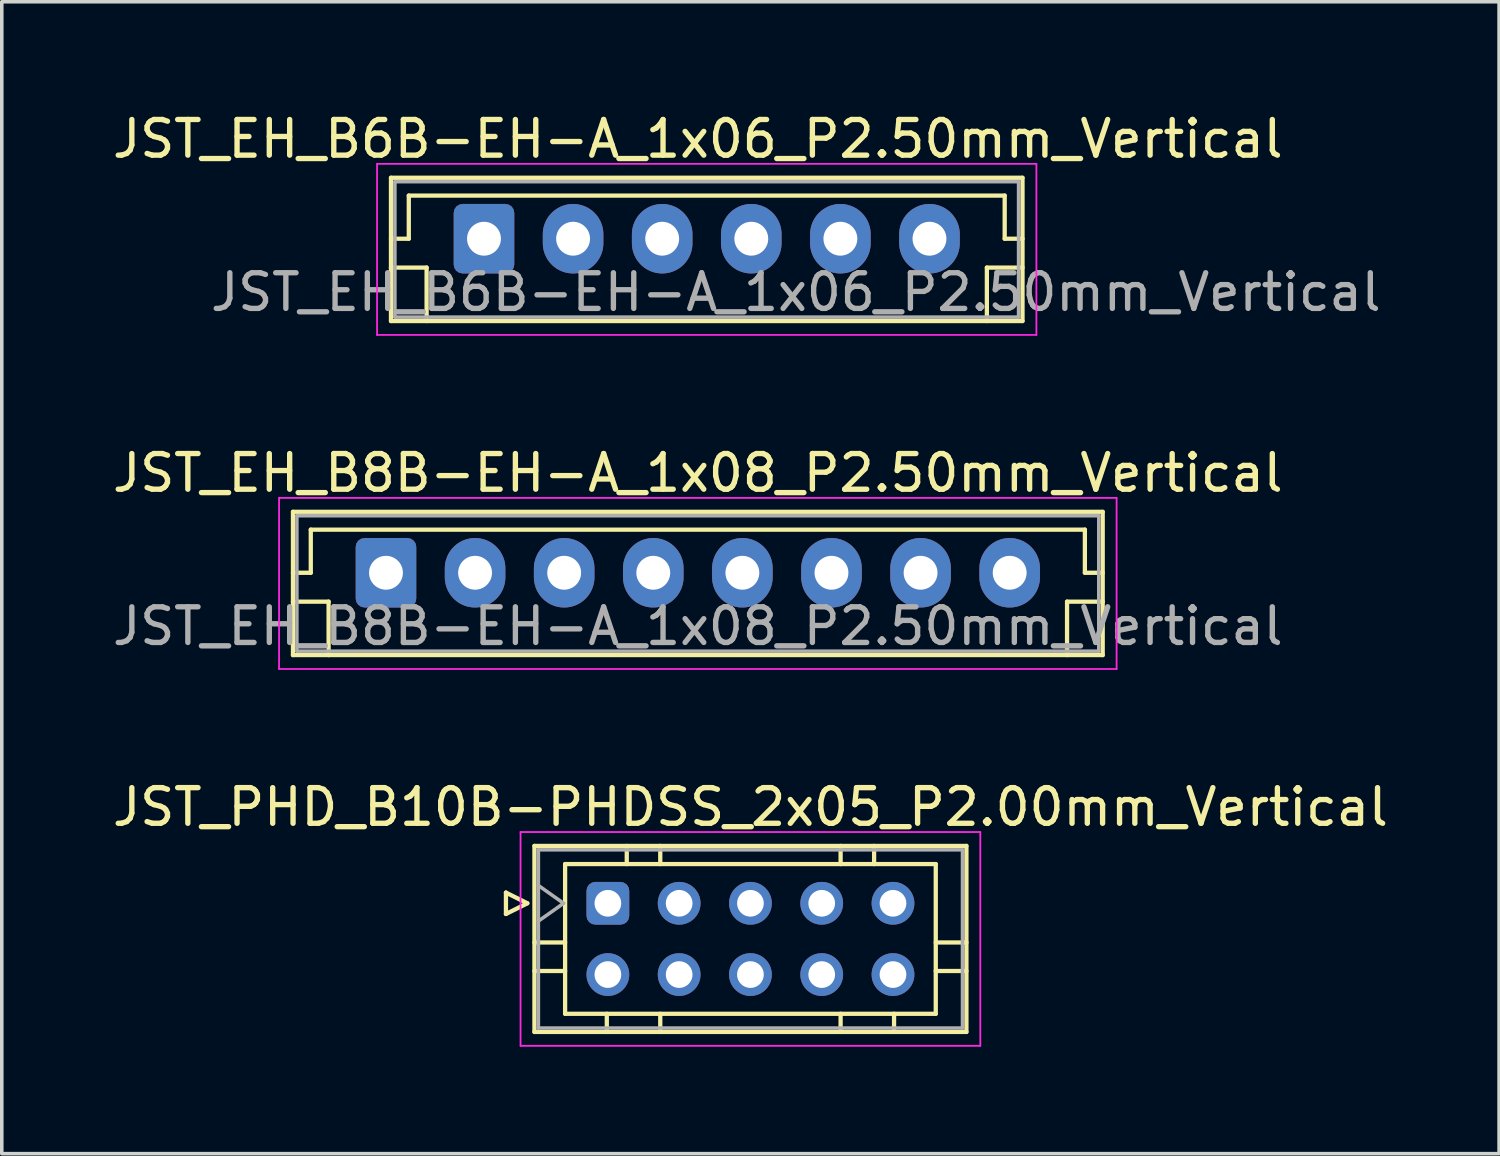
<source format=kicad_pcb>
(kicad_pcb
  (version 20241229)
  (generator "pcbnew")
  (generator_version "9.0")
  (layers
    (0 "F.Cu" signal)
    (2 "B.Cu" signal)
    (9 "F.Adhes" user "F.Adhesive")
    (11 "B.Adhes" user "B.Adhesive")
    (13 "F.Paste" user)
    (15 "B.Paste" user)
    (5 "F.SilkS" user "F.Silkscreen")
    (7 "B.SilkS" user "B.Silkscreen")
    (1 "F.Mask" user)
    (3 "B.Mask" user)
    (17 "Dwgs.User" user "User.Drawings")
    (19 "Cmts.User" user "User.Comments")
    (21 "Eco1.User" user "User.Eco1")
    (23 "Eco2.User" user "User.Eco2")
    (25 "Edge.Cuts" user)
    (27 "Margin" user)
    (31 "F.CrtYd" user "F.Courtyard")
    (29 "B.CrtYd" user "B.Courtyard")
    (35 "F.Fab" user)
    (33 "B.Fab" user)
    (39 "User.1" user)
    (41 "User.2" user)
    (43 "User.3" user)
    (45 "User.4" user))
  (footprint "JST_EH_B8B-EH-A_1x08_P2.50mm_Vertical"
    (layer "F.Cu")
    (at 7.78 13.021)
    (property "Reference" "JST_EH_B8B-EH-A_1x08_P2.50mm_Vertical" (at 8.75 -2.8 0) (layer "F.SilkS") (effects (font (size 1 1) (thickness 0.15))))
    (attr through_hole)
    (fp_line (start -2.61 -1.71) (end -2.61 2.31) (stroke (width 0.12) (type solid)) (layer "F.SilkS"))
    (fp_line (start -2.61 0) (end -2.11 0) (stroke (width 0.12) (type solid)) (layer "F.SilkS"))
    (fp_line (start -2.61 0.81) (end -1.61 0.81) (stroke (width 0.12) (type solid)) (layer "F.SilkS"))
    (fp_line (start -2.61 2.31) (end 20.11 2.31) (stroke (width 0.12) (type solid)) (layer "F.SilkS"))
    (fp_line (start -2.11 -1.21) (end 19.61 -1.21) (stroke (width 0.12) (type solid)) (layer "F.SilkS"))
    (fp_line (start -2.11 0) (end -2.11 -1.21) (stroke (width 0.12) (type solid)) (layer "F.SilkS"))
    (fp_line (start -1.61 0.81) (end -1.61 2.31) (stroke (width 0.12) (type solid)) (layer "F.SilkS"))
    (fp_line (start 19.11 0.81) (end 19.11 2.31) (stroke (width 0.12) (type solid)) (layer "F.SilkS"))
    (fp_line (start 19.61 -1.21) (end 19.61 0) (stroke (width 0.12) (type solid)) (layer "F.SilkS"))
    (fp_line (start 19.61 0) (end 20.11 0) (stroke (width 0.12) (type solid)) (layer "F.SilkS"))
    (fp_line (start 20.11 -1.71) (end -2.61 -1.71) (stroke (width 0.12) (type solid)) (layer "F.SilkS"))
    (fp_line (start 20.11 0.81) (end 19.11 0.81) (stroke (width 0.12) (type solid)) (layer "F.SilkS"))
    (fp_line (start 20.11 2.31) (end 20.11 -1.71) (stroke (width 0.12) (type solid)) (layer "F.SilkS"))
    (fp_line (start -3 -2.1) (end -3 2.7) (stroke (width 0.05) (type solid)) (layer "F.CrtYd"))
    (fp_line (start -3 2.7) (end 20.5 2.7) (stroke (width 0.05) (type solid)) (layer "F.CrtYd"))
    (fp_line (start 20.5 -2.1) (end -3 -2.1) (stroke (width 0.05) (type solid)) (layer "F.CrtYd"))
    (fp_line (start 20.5 2.7) (end 20.5 -2.1) (stroke (width 0.05) (type solid)) (layer "F.CrtYd"))
    (fp_line (start -2.5 -1.6) (end -2.5 2.2) (stroke (width 0.1) (type solid)) (layer "F.Fab"))
    (fp_line (start -2.5 2.2) (end 20 2.2) (stroke (width 0.1) (type solid)) (layer "F.Fab"))
    (fp_line (start 20 -1.6) (end -2.5 -1.6) (stroke (width 0.1) (type solid)) (layer "F.Fab"))
    (fp_line (start 20 2.2) (end 20 -1.6) (stroke (width 0.1) (type solid)) (layer "F.Fab"))
    (fp_text user "${REFERENCE}" (at 8.75 1.5 0) (layer "F.Fab") (effects (font (size 1 1) (thickness 0.15))))
    (pad "1" thru_hole roundrect (at 0 0) (size 1.7 1.95) (drill 0.95) (layers "*.Cu" "*.Mask") (roundrect_rratio 0.147))
    (pad "2" thru_hole oval (at 2.5 0) (size 1.7 1.95) (drill 0.95) (layers "*.Cu" "*.Mask"))
    (pad "3" thru_hole oval (at 5 0) (size 1.7 1.95) (drill 0.95) (layers "*.Cu" "*.Mask"))
    (pad "4" thru_hole oval (at 7.5 0) (size 1.7 1.95) (drill 0.95) (layers "*.Cu" "*.Mask"))
    (pad "5" thru_hole oval (at 10 0) (size 1.7 1.95) (drill 0.95) (layers "*.Cu" "*.Mask"))
    (pad "6" thru_hole oval (at 12.5 0) (size 1.7 1.95) (drill 0.95) (layers "*.Cu" "*.Mask"))
    (pad "7" thru_hole oval (at 15 0) (size 1.7 1.95) (drill 0.95) (layers "*.Cu" "*.Mask"))
    (pad "8" thru_hole oval (at 17.5 0) (size 1.7 1.95) (drill 0.95) (layers "*.Cu" "*.Mask")))
  (footprint "JST_EH_B6B-EH-A_1x06_P2.50mm_Vertical"
    (layer "F.Cu")
    (at 10.53 3.648)
    (property "Reference" "JST_EH_B6B-EH-A_1x06_P2.50mm_Vertical" (at 6 -2.8 0) (layer "F.SilkS") (effects (font (size 1 1) (thickness 0.15))))
    (attr through_hole)
    (fp_line (start -2.61 -1.71) (end -2.61 2.31) (stroke (width 0.12) (type solid)) (layer "F.SilkS"))
    (fp_line (start -2.61 0) (end -2.11 0) (stroke (width 0.12) (type solid)) (layer "F.SilkS"))
    (fp_line (start -2.61 0.81) (end -1.61 0.81) (stroke (width 0.12) (type solid)) (layer "F.SilkS"))
    (fp_line (start -2.61 2.31) (end 15.11 2.31) (stroke (width 0.12) (type solid)) (layer "F.SilkS"))
    (fp_line (start -2.11 -1.21) (end 14.61 -1.21) (stroke (width 0.12) (type solid)) (layer "F.SilkS"))
    (fp_line (start -2.11 0) (end -2.11 -1.21) (stroke (width 0.12) (type solid)) (layer "F.SilkS"))
    (fp_line (start -1.61 0.81) (end -1.61 2.31) (stroke (width 0.12) (type solid)) (layer "F.SilkS"))
    (fp_line (start 14.11 0.81) (end 14.11 2.31) (stroke (width 0.12) (type solid)) (layer "F.SilkS"))
    (fp_line (start 14.61 -1.21) (end 14.61 0) (stroke (width 0.12) (type solid)) (layer "F.SilkS"))
    (fp_line (start 14.61 0) (end 15.11 0) (stroke (width 0.12) (type solid)) (layer "F.SilkS"))
    (fp_line (start 15.11 -1.71) (end -2.61 -1.71) (stroke (width 0.12) (type solid)) (layer "F.SilkS"))
    (fp_line (start 15.11 0.81) (end 14.11 0.81) (stroke (width 0.12) (type solid)) (layer "F.SilkS"))
    (fp_line (start 15.11 2.31) (end 15.11 -1.71) (stroke (width 0.12) (type solid)) (layer "F.SilkS"))
    (fp_line (start -3 -2.1) (end -3 2.7) (stroke (width 0.05) (type solid)) (layer "F.CrtYd"))
    (fp_line (start -3 2.7) (end 15.5 2.7) (stroke (width 0.05) (type solid)) (layer "F.CrtYd"))
    (fp_line (start 15.5 -2.1) (end -3 -2.1) (stroke (width 0.05) (type solid)) (layer "F.CrtYd"))
    (fp_line (start 15.5 2.7) (end 15.5 -2.1) (stroke (width 0.05) (type solid)) (layer "F.CrtYd"))
    (fp_line (start -2.5 -1.6) (end -2.5 2.2) (stroke (width 0.1) (type solid)) (layer "F.Fab"))
    (fp_line (start -2.5 2.2) (end 15 2.2) (stroke (width 0.1) (type solid)) (layer "F.Fab"))
    (fp_line (start 15 -1.6) (end -2.5 -1.6) (stroke (width 0.1) (type solid)) (layer "F.Fab"))
    (fp_line (start 15 2.2) (end 15 -1.6) (stroke (width 0.1) (type solid)) (layer "F.Fab"))
    (fp_text user "${REFERENCE}" (at 8.75 1.5 0) (layer "F.Fab") (effects (font (size 1 1) (thickness 0.15))))
    (pad "1" thru_hole roundrect (at 0 0) (size 1.7 1.95) (drill 0.95) (layers "*.Cu" "*.Mask") (roundrect_rratio 0.147))
    (pad "2" thru_hole oval (at 2.5 0) (size 1.7 1.95) (drill 0.95) (layers "*.Cu" "*.Mask"))
    (pad "3" thru_hole oval (at 5 0) (size 1.7 1.95) (drill 0.95) (layers "*.Cu" "*.Mask"))
    (pad "4" thru_hole oval (at 7.5 0) (size 1.7 1.95) (drill 0.95) (layers "*.Cu" "*.Mask"))
    (pad "5" thru_hole oval (at 10 0) (size 1.7 1.95) (drill 0.95) (layers "*.Cu" "*.Mask"))
    (pad "6" thru_hole oval (at 12.5 0) (size 1.7 1.95) (drill 0.95) (layers "*.Cu" "*.Mask")))
  (footprint "JST_PHD_B10B-PHDSS_2x05_P2.00mm_Vertical"
    (layer "F.Cu")
    (at 14.006 22.295)
    (property "Reference" "JST_PHD_B10B-PHDSS_2x05_P2.00mm_Vertical" (at 4 -2.7 0) (layer "F.SilkS") (effects (font (size 1 1) (thickness 0.15))))
    (attr through_hole)
    (fp_line (start -2.86 -0.3) (end -2.26 0) (stroke (width 0.12) (type solid)) (layer "F.SilkS"))
    (fp_line (start -2.86 0.3) (end -2.86 -0.3) (stroke (width 0.12) (type solid)) (layer "F.SilkS"))
    (fp_line (start -2.26 0) (end -2.86 0.3) (stroke (width 0.12) (type solid)) (layer "F.SilkS"))
    (fp_line (start -2.06 -1.61) (end -2.06 3.61) (stroke (width 0.12) (type solid)) (layer "F.SilkS"))
    (fp_line (start -2.06 1.1) (end -1.2 1.1) (stroke (width 0.12) (type solid)) (layer "F.SilkS"))
    (fp_line (start -2.06 1.9) (end -1.2 1.9) (stroke (width 0.12) (type solid)) (layer "F.SilkS"))
    (fp_line (start -2.06 3.61) (end 10.06 3.61) (stroke (width 0.12) (type solid)) (layer "F.SilkS"))
    (fp_line (start -1.2 -1.1) (end -1.2 3.1) (stroke (width 0.12) (type solid)) (layer "F.SilkS"))
    (fp_line (start -1.2 3.1) (end 9.2 3.1) (stroke (width 0.12) (type solid)) (layer "F.SilkS"))
    (fp_line (start -0.03 3.61) (end -0.03 3.1) (stroke (width 0.12) (type solid)) (layer "F.SilkS"))
    (fp_line (start 0.53 -1.61) (end 0.53 -1.1) (stroke (width 0.12) (type solid)) (layer "F.SilkS"))
    (fp_line (start 1.47 -1.61) (end 1.47 -1.1) (stroke (width 0.12) (type solid)) (layer "F.SilkS"))
    (fp_line (start 1.47 3.61) (end 1.47 3.1) (stroke (width 0.12) (type solid)) (layer "F.SilkS"))
    (fp_line (start 6.53 -1.61) (end 6.53 -1.1) (stroke (width 0.12) (type solid)) (layer "F.SilkS"))
    (fp_line (start 6.53 3.61) (end 6.53 3.1) (stroke (width 0.12) (type solid)) (layer "F.SilkS"))
    (fp_line (start 7.47 -1.61) (end 7.47 -1.1) (stroke (width 0.12) (type solid)) (layer "F.SilkS"))
    (fp_line (start 8.03 3.61) (end 8.03 3.1) (stroke (width 0.12) (type solid)) (layer "F.SilkS"))
    (fp_line (start 9.2 -1.1) (end -1.2 -1.1) (stroke (width 0.12) (type solid)) (layer "F.SilkS"))
    (fp_line (start 9.2 3.1) (end 9.2 -1.1) (stroke (width 0.12) (type solid)) (layer "F.SilkS"))
    (fp_line (start 10.06 -1.61) (end -2.06 -1.61) (stroke (width 0.12) (type solid)) (layer "F.SilkS"))
    (fp_line (start 10.06 1.1) (end 9.2 1.1) (stroke (width 0.12) (type solid)) (layer "F.SilkS"))
    (fp_line (start 10.06 1.9) (end 9.2 1.9) (stroke (width 0.12) (type solid)) (layer "F.SilkS"))
    (fp_line (start 10.06 3.61) (end 10.06 -1.61) (stroke (width 0.12) (type solid)) (layer "F.SilkS"))
    (fp_line (start -2.45 -2) (end -2.45 4) (stroke (width 0.05) (type solid)) (layer "F.CrtYd"))
    (fp_line (start -2.45 4) (end 10.45 4) (stroke (width 0.05) (type solid)) (layer "F.CrtYd"))
    (fp_line (start 10.45 -2) (end -2.45 -2) (stroke (width 0.05) (type solid)) (layer "F.CrtYd"))
    (fp_line (start 10.45 4) (end 10.45 -2) (stroke (width 0.05) (type solid)) (layer "F.CrtYd"))
    (fp_line (start -1.95 -1.5) (end -1.95 3.5) (stroke (width 0.1) (type solid)) (layer "F.Fab"))
    (fp_line (start -1.95 0.5) (end -1.243 0) (stroke (width 0.1) (type solid)) (layer "F.Fab"))
    (fp_line (start -1.95 3.5) (end 9.95 3.5) (stroke (width 0.1) (type solid)) (layer "F.Fab"))
    (fp_line (start -1.243 0) (end -1.95 -0.5) (stroke (width 0.1) (type solid)) (layer "F.Fab"))
    (fp_line (start 9.95 -1.5) (end -1.95 -1.5) (stroke (width 0.1) (type solid)) (layer "F.Fab"))
    (fp_line (start 9.95 3.5) (end 9.95 -1.5) (stroke (width 0.1) (type solid)) (layer "F.Fab"))
    (pad "1" thru_hole roundrect (at 0 0) (size 1.2 1.2) (drill 0.75) (layers "*.Cu" "*.Mask") (roundrect_rratio 0.208))
    (pad "2" thru_hole circle (at 0 2) (size 1.2 1.2) (drill 0.75) (layers "*.Cu" "*.Mask"))
    (pad "3" thru_hole circle (at 2 0) (size 1.2 1.2) (drill 0.75) (layers "*.Cu" "*.Mask"))
    (pad "4" thru_hole circle (at 2 2) (size 1.2 1.2) (drill 0.75) (layers "*.Cu" "*.Mask"))
    (pad "5" thru_hole circle (at 4 0) (size 1.2 1.2) (drill 0.75) (layers "*.Cu" "*.Mask"))
    (pad "6" thru_hole circle (at 4 2) (size 1.2 1.2) (drill 0.75) (layers "*.Cu" "*.Mask"))
    (pad "7" thru_hole circle (at 6 0) (size 1.2 1.2) (drill 0.75) (layers "*.Cu" "*.Mask"))
    (pad "8" thru_hole circle (at 6 2) (size 1.2 1.2) (drill 0.75) (layers "*.Cu" "*.Mask"))
    (pad "9" thru_hole circle (at 8 0) (size 1.2 1.2) (drill 0.75) (layers "*.Cu" "*.Mask"))
    (pad "10" thru_hole circle (at 8 2) (size 1.2 1.2) (drill 0.75) (layers "*.Cu" "*.Mask")))
  (gr_rect
    (start -3 -3)
    (end 39.012 29.32)
    (stroke (width 0.1) (type default))
    (fill no)
    (layer "Edge.Cuts")))
</source>
